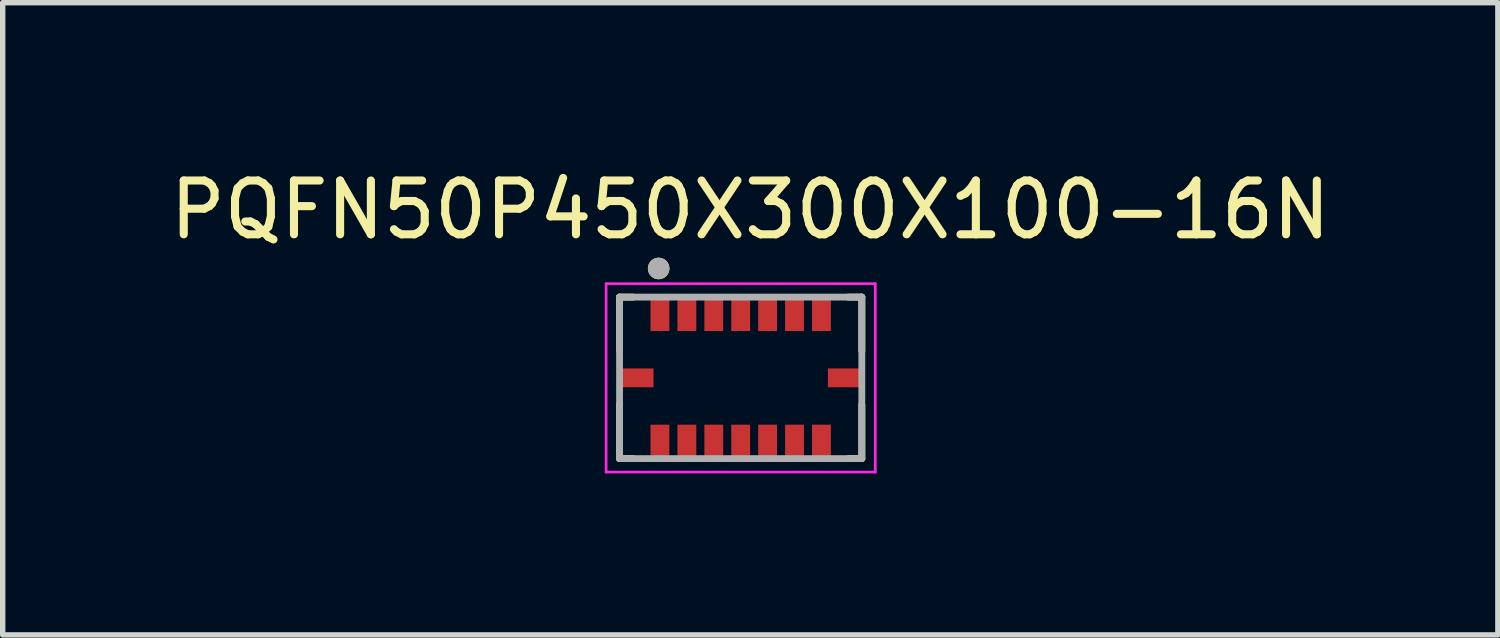
<source format=kicad_pcb>
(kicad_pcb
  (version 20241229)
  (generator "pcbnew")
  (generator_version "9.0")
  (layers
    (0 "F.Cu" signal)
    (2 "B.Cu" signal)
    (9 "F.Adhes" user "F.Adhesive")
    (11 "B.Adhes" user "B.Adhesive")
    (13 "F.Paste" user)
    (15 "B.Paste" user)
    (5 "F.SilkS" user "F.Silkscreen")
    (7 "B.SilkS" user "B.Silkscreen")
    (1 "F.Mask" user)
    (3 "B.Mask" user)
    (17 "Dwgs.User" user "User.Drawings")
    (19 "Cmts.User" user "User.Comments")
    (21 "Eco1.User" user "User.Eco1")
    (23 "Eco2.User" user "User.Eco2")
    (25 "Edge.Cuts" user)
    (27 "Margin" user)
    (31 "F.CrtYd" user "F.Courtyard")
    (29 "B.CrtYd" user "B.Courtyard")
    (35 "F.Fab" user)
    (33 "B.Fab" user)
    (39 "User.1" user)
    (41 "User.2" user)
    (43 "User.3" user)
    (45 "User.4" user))
  (footprint "PQFN50P450X300X100-16N"
    (layer "F.Cu")
    (at 10.709 3.969)
    (property "Reference" "PQFN50P450X300X100-16N" (at 0.178 -3.121 0) (layer "F.SilkS") (effects (font (size 1 1) (thickness 0.15))))
    (attr through_hole)
    (fp_line (start -2.25 -1.5) (end -2 -1.5) (stroke (width 0.127) (type solid)) (layer "F.SilkS"))
    (fp_line (start -2.25 -0.5) (end -2.25 -1.5) (stroke (width 0.127) (type solid)) (layer "F.SilkS"))
    (fp_line (start -2.25 1.5) (end -2.25 0.5) (stroke (width 0.127) (type solid)) (layer "F.SilkS"))
    (fp_line (start -2 1.5) (end -2.25 1.5) (stroke (width 0.127) (type solid)) (layer "F.SilkS"))
    (fp_line (start 2.25 -1.5) (end 2 -1.5) (stroke (width 0.127) (type solid)) (layer "F.SilkS"))
    (fp_line (start 2.25 -0.5) (end 2.25 -1.5) (stroke (width 0.127) (type solid)) (layer "F.SilkS"))
    (fp_line (start 2.25 0.5) (end 2.25 1.5) (stroke (width 0.127) (type solid)) (layer "F.SilkS"))
    (fp_line (start 2.25 1.5) (end 2 1.5) (stroke (width 0.127) (type solid)) (layer "F.SilkS"))
    (fp_circle (center -1.524 -2.032) (end -1.424 -2.032) (stroke (width 0.2) (type solid)) (fill no) (layer "F.SilkS"))
    (fp_line (start -2.5 -1.75) (end 2.5 -1.75) (stroke (width 0.05) (type solid)) (layer "F.CrtYd"))
    (fp_line (start -2.5 1.75) (end -2.5 -1.75) (stroke (width 0.05) (type solid)) (layer "F.CrtYd"))
    (fp_line (start 2.5 -1.75) (end 2.5 1.75) (stroke (width 0.05) (type solid)) (layer "F.CrtYd"))
    (fp_line (start 2.5 1.75) (end -2.5 1.75) (stroke (width 0.05) (type solid)) (layer "F.CrtYd"))
    (fp_line (start -2.25 -1.5) (end 2.25 -1.5) (stroke (width 0.127) (type solid)) (layer "F.Fab"))
    (fp_line (start -2.25 1.5) (end -2.25 -1.5) (stroke (width 0.127) (type solid)) (layer "F.Fab"))
    (fp_line (start 2.25 -1.5) (end 2.25 1.5) (stroke (width 0.127) (type solid)) (layer "F.Fab"))
    (fp_line (start 2.25 1.5) (end -2.25 1.5) (stroke (width 0.127) (type solid)) (layer "F.Fab"))
    (fp_circle (center -1.524 -2.032) (end -1.424 -2.032) (stroke (width 0.2) (type solid)) (fill no) (layer "F.Fab"))
    (pad "1" smd rect (at -1.5 -1.165 270) (size 0.59 0.35) (layers "F.Cu" "F.Mask" "F.Paste"))
    (pad "2" smd rect (at -1 -1.165 270) (size 0.59 0.35) (layers "F.Cu" "F.Mask" "F.Paste"))
    (pad "3" smd rect (at -0.5 -1.165 270) (size 0.59 0.35) (layers "F.Cu" "F.Mask" "F.Paste"))
    (pad "4" smd rect (at 0 -1.165 270) (size 0.59 0.35) (layers "F.Cu" "F.Mask" "F.Paste"))
    (pad "5" smd rect (at 0.5 -1.165 270) (size 0.59 0.35) (layers "F.Cu" "F.Mask" "F.Paste"))
    (pad "6" smd rect (at 1 -1.165 270) (size 0.59 0.35) (layers "F.Cu" "F.Mask" "F.Paste"))
    (pad "7" smd rect (at 1.5 -1.165 270) (size 0.59 0.35) (layers "F.Cu" "F.Mask" "F.Paste"))
    (pad "8" smd rect (at 1.915 0 180) (size 0.59 0.35) (layers "F.Cu" "F.Mask" "F.Paste"))
    (pad "9" smd rect (at 1.5 1.165 90) (size 0.59 0.35) (layers "F.Cu" "F.Mask" "F.Paste"))
    (pad "10" smd rect (at 1 1.165 90) (size 0.59 0.35) (layers "F.Cu" "F.Mask" "F.Paste"))
    (pad "11" smd rect (at 0.5 1.165 90) (size 0.59 0.35) (layers "F.Cu" "F.Mask" "F.Paste"))
    (pad "12" smd rect (at 0 1.165 90) (size 0.59 0.35) (layers "F.Cu" "F.Mask" "F.Paste"))
    (pad "13" smd rect (at -0.5 1.165 90) (size 0.59 0.35) (layers "F.Cu" "F.Mask" "F.Paste"))
    (pad "14" smd rect (at -1 1.165 90) (size 0.59 0.35) (layers "F.Cu" "F.Mask" "F.Paste"))
    (pad "15" smd rect (at -1.5 1.165 90) (size 0.59 0.35) (layers "F.Cu" "F.Mask" "F.Paste"))
    (pad "16" smd rect (at -1.915 0) (size 0.59 0.35) (layers "F.Cu" "F.Mask" "F.Paste")))
  (gr_rect
    (start -3 -3)
    (end 24.774 8.744)
    (stroke (width 0.1) (type default))
    (fill no)
    (layer "Edge.Cuts")))
</source>
